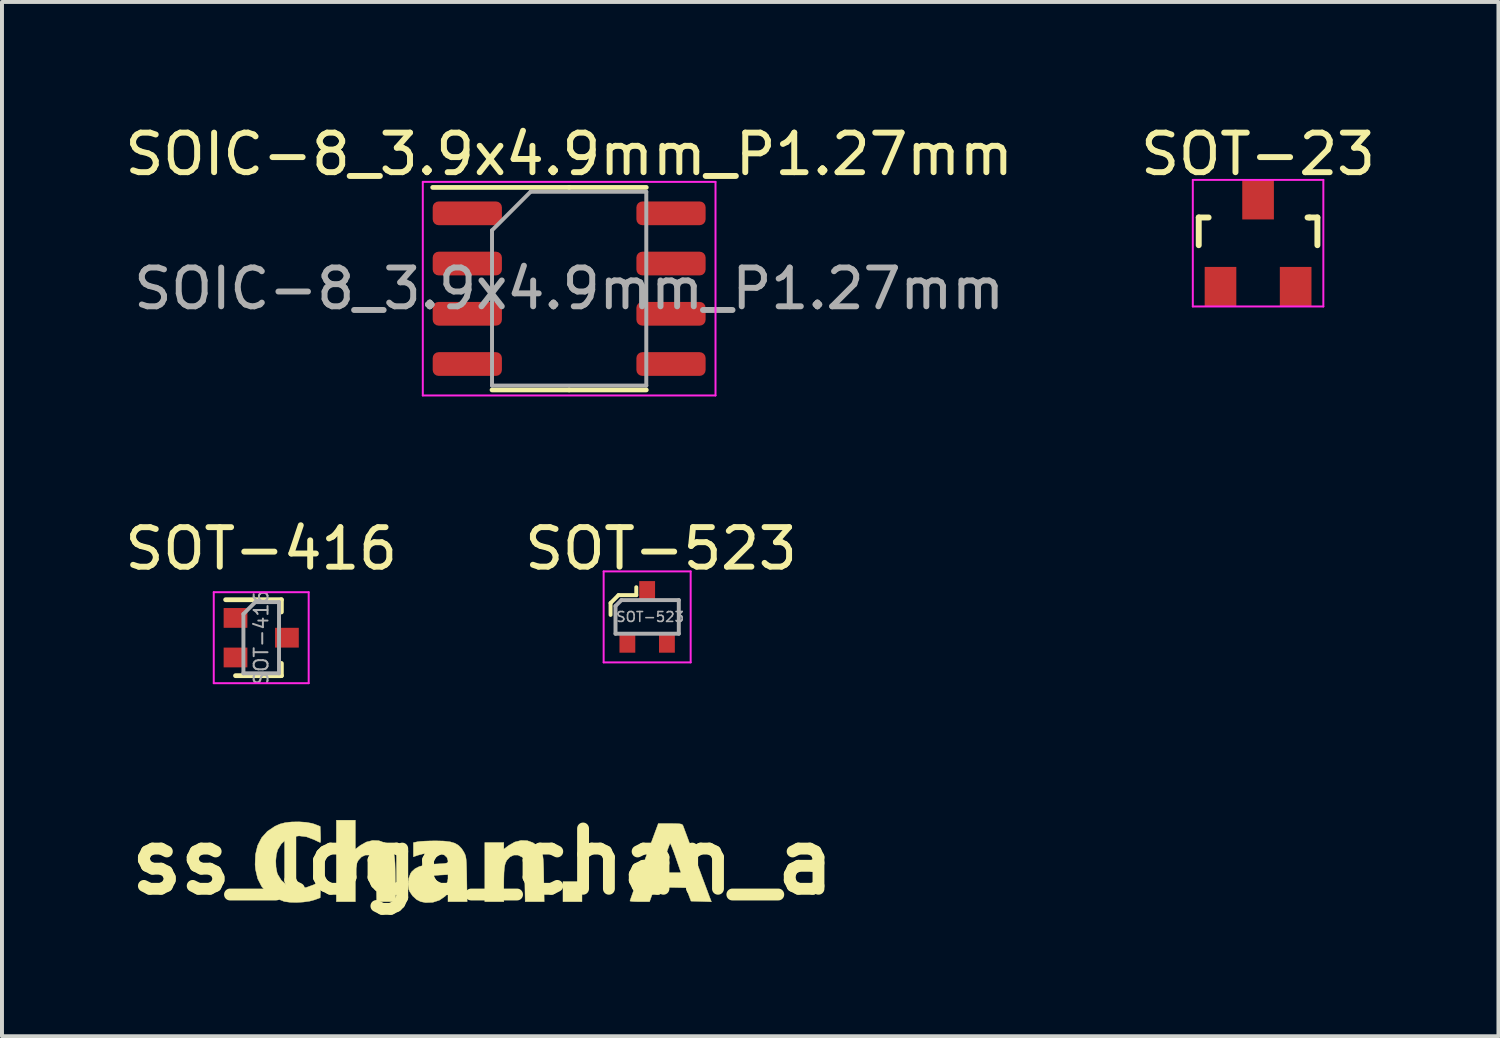
<source format=kicad_pcb>
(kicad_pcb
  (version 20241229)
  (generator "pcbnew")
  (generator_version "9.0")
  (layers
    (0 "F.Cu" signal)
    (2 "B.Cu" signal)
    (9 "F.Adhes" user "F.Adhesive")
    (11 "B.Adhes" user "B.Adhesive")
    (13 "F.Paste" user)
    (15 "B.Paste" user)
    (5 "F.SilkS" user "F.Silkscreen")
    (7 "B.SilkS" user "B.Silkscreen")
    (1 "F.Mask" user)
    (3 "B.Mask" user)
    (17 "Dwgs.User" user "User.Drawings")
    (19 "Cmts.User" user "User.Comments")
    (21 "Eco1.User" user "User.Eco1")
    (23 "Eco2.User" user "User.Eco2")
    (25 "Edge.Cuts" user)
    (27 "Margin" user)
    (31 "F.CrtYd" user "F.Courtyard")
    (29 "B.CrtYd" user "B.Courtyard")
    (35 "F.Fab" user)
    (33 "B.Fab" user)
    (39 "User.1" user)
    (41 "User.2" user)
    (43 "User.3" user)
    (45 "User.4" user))
  (footprint "SOT-523"
    (layer "F.Cu")
    (at 13.311 12.546)
    (property "Reference" "SOT-523" (at 0.35 -1.725 0) (layer "F.SilkS") (effects (font (size 1 1) (thickness 0.15))))
    (attr smd)
    (fp_line (start -0.925 -0.35) (end -0.725 -0.55) (stroke (width 0.1) (type solid)) (layer "F.SilkS"))
    (fp_line (start -0.925 -0.05) (end -0.925 -0.35) (stroke (width 0.1) (type solid)) (layer "F.SilkS"))
    (fp_line (start -0.725 -0.55) (end -0.275 -0.55) (stroke (width 0.1) (type solid)) (layer "F.SilkS"))
    (fp_line (start -0.275 -0.55) (end -0.275 -0.75) (stroke (width 0.1) (type solid)) (layer "F.SilkS"))
    (fp_line (start -1.1 -1.15) (end -1.1 1.15) (stroke (width 0.05) (type solid)) (layer "F.CrtYd"))
    (fp_line (start -1.1 -1.15) (end 1.1 -1.15) (stroke (width 0.05) (type solid)) (layer "F.CrtYd"))
    (fp_line (start -1.1 1.15) (end 1.1 1.15) (stroke (width 0.05) (type solid)) (layer "F.CrtYd"))
    (fp_line (start 1.1 -1.15) (end 1.1 1.15) (stroke (width 0.05) (type solid)) (layer "F.CrtYd"))
    (fp_line (start -0.8 -0.275) (end -0.8 0.425) (stroke (width 0.1) (type solid)) (layer "F.Fab"))
    (fp_line (start -0.65 -0.425) (end -0.8 -0.275) (stroke (width 0.1) (type solid)) (layer "F.Fab"))
    (fp_line (start 0.8 -0.425) (end -0.65 -0.425) (stroke (width 0.1) (type solid)) (layer "F.Fab"))
    (fp_line (start 0.8 -0.425) (end 0.8 0.425) (stroke (width 0.1) (type solid)) (layer "F.Fab"))
    (fp_line (start 0.8 0.425) (end -0.8 0.425) (stroke (width 0.1) (type solid)) (layer "F.Fab"))
    (fp_text user "${REFERENCE}" (at 0.075 0.00024 0) (layer "F.Fab") (effects (font (size 0.25 0.25) (thickness 0.04))))
    (pad "1" smd rect (at -0.5 0.65) (size 0.4 0.51) (layers "F.Cu" "F.Mask" "F.Paste"))
    (pad "2" smd rect (at 0.5 0.65) (size 0.4 0.51) (layers "F.Cu" "F.Mask" "F.Paste"))
    (pad "3" smd rect (at 0 -0.65) (size 0.4 0.51) (layers "F.Cu" "F.Mask" "F.Paste")))
  (footprint "ss_logo_chan_a"
    (layer "F.Cu")
    (at 9.151 18.73)
    (property "Reference" "ss_logo_chan_a" (at 0 0 0) (layer "F.SilkS") (effects (font (size 1.524 1.524) (thickness 0.3))))
    (attr through_hole)
    (fp_poly (pts (xy 2.512 1.016) (xy 2.032 1.016) (xy 2.032 0.508) (xy 2.512 0.508) (xy 2.512 1.016)) (stroke (width 0.01) (type solid)) (fill yes) (layer "F.SilkS"))
    (fp_poly (pts (xy -3.217 -0.311) (xy -3.09 -0.408) (xy -2.939 -0.493) (xy -2.78 -0.532) (xy -2.624 -0.526) (xy -2.479 -0.475) (xy -2.357 -0.383) (xy -2.28 -0.276) (xy -2.259 -0.232) (xy -2.242 -0.186) (xy -2.23 -0.13) (xy -2.222 -0.054) (xy -2.215 0.049) (xy -2.211 0.189) (xy -2.207 0.374) (xy -2.206 0.43) (xy -2.196 1.016) (xy -2.678 1.016) (xy -2.686 0.477) (xy -2.69 0.29) (xy -2.693 0.151) (xy -2.698 0.053) (xy -2.705 -0.014) (xy -2.716 -0.058) (xy -2.731 -0.086) (xy -2.752 -0.107) (xy -2.762 -0.115) (xy -2.86 -0.163) (xy -2.964 -0.162) (xy -3.063 -0.116) (xy -3.142 -0.03) (xy -3.172 0.028) (xy -3.191 0.09) (xy -3.204 0.172) (xy -3.212 0.284) (xy -3.217 0.435) (xy -3.217 0.579) (xy -3.217 1.016) (xy -3.697 1.016) (xy -3.697 -1.044) (xy -3.217 -1.044) (xy -3.217 -0.311)) (stroke (width 0.01) (type solid)) (fill yes) (layer "F.SilkS"))
    (fp_poly (pts (xy 1.13 -0.526) (xy 1.274 -0.475) (xy 1.396 -0.383) (xy 1.473 -0.276) (xy 1.495 -0.232) (xy 1.511 -0.186) (xy 1.523 -0.13) (xy 1.532 -0.054) (xy 1.538 0.049) (xy 1.543 0.189) (xy 1.546 0.374) (xy 1.547 0.43) (xy 1.557 1.016) (xy 1.076 1.016) (xy 1.067 0.477) (xy 1.064 0.29) (xy 1.06 0.151) (xy 1.055 0.053) (xy 1.048 -0.014) (xy 1.037 -0.058) (xy 1.022 -0.086) (xy 1.002 -0.107) (xy 0.992 -0.115) (xy 0.894 -0.163) (xy 0.789 -0.162) (xy 0.691 -0.116) (xy 0.611 -0.03) (xy 0.582 0.028) (xy 0.563 0.09) (xy 0.55 0.172) (xy 0.541 0.284) (xy 0.537 0.435) (xy 0.536 0.579) (xy 0.536 1.016) (xy 0.056 1.016) (xy 0.056 -0.48) (xy 0.536 -0.48) (xy 0.536 -0.311) (xy 0.663 -0.408) (xy 0.814 -0.493) (xy 0.973 -0.532) (xy 1.13 -0.526)) (stroke (width 0.01) (type solid)) (fill yes) (layer "F.SilkS"))
    (fp_poly (pts (xy -4.465 -0.991) (xy -4.312 -0.964) (xy -4.247 -0.943) (xy -4.106 -0.887) (xy -4.098 -0.684) (xy -4.096 -0.585) (xy -4.097 -0.512) (xy -4.102 -0.48) (xy -4.103 -0.48) (xy -4.133 -0.491) (xy -4.198 -0.522) (xy -4.262 -0.553) (xy -4.453 -0.625) (xy -4.639 -0.648) (xy -4.812 -0.624) (xy -4.965 -0.557) (xy -5.09 -0.446) (xy -5.181 -0.296) (xy -5.215 -0.172) (xy -5.229 -0.019) (xy -5.223 0.14) (xy -5.197 0.279) (xy -5.181 0.325) (xy -5.09 0.474) (xy -4.964 0.584) (xy -4.811 0.652) (xy -4.639 0.677) (xy -4.455 0.656) (xy -4.267 0.587) (xy -4.256 0.581) (xy -4.177 0.541) (xy -4.12 0.515) (xy -4.102 0.508) (xy -4.097 0.534) (xy -4.096 0.602) (xy -4.098 0.698) (xy -4.098 0.712) (xy -4.106 0.916) (xy -4.247 0.969) (xy -4.374 1.003) (xy -4.534 1.025) (xy -4.705 1.035) (xy -4.868 1.031) (xy -5.001 1.013) (xy -5.024 1.007) (xy -5.256 0.916) (xy -5.443 0.791) (xy -5.587 0.63) (xy -5.686 0.435) (xy -5.741 0.203) (xy -5.752 0.082) (xy -5.742 -0.179) (xy -5.687 -0.407) (xy -5.586 -0.602) (xy -5.44 -0.764) (xy -5.249 -0.892) (xy -5.122 -0.948) (xy -4.99 -0.982) (xy -4.823 -1) (xy -4.642 -1.003) (xy -4.465 -0.991)) (stroke (width 0.01) (type solid)) (fill yes) (layer "F.SilkS"))
    (fp_poly (pts (xy 4.88 -0.958) (xy 4.97 -0.954) (xy 5.025 -0.945) (xy 5.053 -0.929) (xy 5.065 -0.91) (xy 5.08 -0.872) (xy 5.111 -0.788) (xy 5.157 -0.665) (xy 5.215 -0.509) (xy 5.283 -0.326) (xy 5.358 -0.124) (xy 5.404 0) (xy 5.483 0.212) (xy 5.556 0.41) (xy 5.622 0.586) (xy 5.678 0.735) (xy 5.72 0.849) (xy 5.747 0.92) (xy 5.754 0.939) (xy 5.785 1.018) (xy 5.527 1.01) (xy 5.269 1.002) (xy 5.206 0.833) (xy 5.143 0.663) (xy 4.747 0.655) (xy 4.352 0.648) (xy 4.286 0.832) (xy 4.22 1.016) (xy 3.973 1.016) (xy 3.862 1.014) (xy 3.777 1.009) (xy 3.731 1.001) (xy 3.725 0.997) (xy 3.735 0.967) (xy 3.762 0.89) (xy 3.804 0.772) (xy 3.859 0.619) (xy 3.926 0.438) (xy 3.989 0.264) (xy 4.487 0.264) (xy 4.513 0.272) (xy 4.584 0.278) (xy 4.686 0.282) (xy 4.751 0.282) (xy 5.015 0.282) (xy 4.885 -0.097) (xy 4.838 -0.231) (xy 4.796 -0.341) (xy 4.763 -0.419) (xy 4.743 -0.456) (xy 4.739 -0.457) (xy 4.724 -0.425) (xy 4.696 -0.352) (xy 4.659 -0.25) (xy 4.617 -0.132) (xy 4.575 -0.01) (xy 4.537 0.102) (xy 4.507 0.194) (xy 4.49 0.251) (xy 4.487 0.264) (xy 3.989 0.264) (xy 4.001 0.234) (xy 4.082 0.012) (xy 4.083 0.009) (xy 4.442 -0.96) (xy 4.744 -0.96) (xy 4.88 -0.958)) (stroke (width 0.01) (type solid)) (fill yes) (layer "F.SilkS"))
    (fp_poly (pts (xy -0.981 -0.517) (xy -0.823 -0.498) (xy -0.702 -0.463) (xy -0.608 -0.407) (xy -0.532 -0.328) (xy -0.486 -0.258) (xy -0.46 -0.212) (xy -0.441 -0.17) (xy -0.427 -0.121) (xy -0.417 -0.059) (xy -0.41 0.028) (xy -0.406 0.146) (xy -0.402 0.306) (xy -0.4 0.445) (xy -0.391 1.016) (xy -0.875 1.016) (xy -0.875 0.808) (xy -0.953 0.882) (xy -1.093 0.979) (xy -1.259 1.032) (xy -1.44 1.039) (xy -1.567 1.014) (xy -1.672 0.96) (xy -1.77 0.869) (xy -1.844 0.76) (xy -1.866 0.705) (xy -1.885 0.569) (xy -1.879 0.512) (xy -1.405 0.512) (xy -1.397 0.6) (xy -1.334 0.678) (xy -1.333 0.678) (xy -1.233 0.725) (xy -1.121 0.723) (xy -1.013 0.675) (xy -0.953 0.622) (xy -0.89 0.522) (xy -0.875 0.434) (xy -0.875 0.332) (xy -1.09 0.343) (xy -1.204 0.352) (xy -1.278 0.365) (xy -1.325 0.387) (xy -1.358 0.42) (xy -1.405 0.512) (xy -1.879 0.512) (xy -1.869 0.428) (xy -1.822 0.303) (xy -1.791 0.257) (xy -1.708 0.182) (xy -1.6 0.127) (xy -1.457 0.09) (xy -1.272 0.068) (xy -1.178 0.063) (xy -1.045 0.056) (xy -0.957 0.049) (xy -0.907 0.039) (xy -0.883 0.024) (xy -0.875 -0.000039) (xy -0.875 -0.018) (xy -0.901 -0.102) (xy -0.973 -0.17) (xy -1.079 -0.212) (xy -1.088 -0.214) (xy -1.209 -0.223) (xy -1.358 -0.215) (xy -1.511 -0.192) (xy -1.635 -0.159) (xy -1.75 -0.119) (xy -1.75 -0.477) (xy -1.644 -0.5) (xy -1.574 -0.508) (xy -1.464 -0.515) (xy -1.327 -0.52) (xy -1.185 -0.522) (xy -0.981 -0.517)) (stroke (width 0.01) (type solid)) (fill yes) (layer "F.SilkS")))
  (footprint "SOT-23"
    (layer "F.Cu")
    (at 28.756 3.098)
    (property "Reference" "SOT-23" (at 0 -2.25 0) (layer "F.SilkS") (effects (font (size 1 1) (thickness 0.15))))
    (attr smd)
    (fp_line (start -1.5 -0.65) (end -1.251 -0.65) (stroke (width 0.15) (type solid)) (layer "F.SilkS"))
    (fp_line (start -1.5 0.051) (end -1.5 -0.65) (stroke (width 0.15) (type solid)) (layer "F.SilkS"))
    (fp_line (start 1.299 -0.65) (end 1.251 -0.65) (stroke (width 0.15) (type solid)) (layer "F.SilkS"))
    (fp_line (start 1.299 -0.65) (end 1.5 -0.65) (stroke (width 0.15) (type solid)) (layer "F.SilkS"))
    (fp_line (start 1.5 -0.65) (end 1.5 0.051) (stroke (width 0.15) (type solid)) (layer "F.SilkS"))
    (fp_line (start -1.65 -1.6) (end 1.65 -1.6) (stroke (width 0.05) (type solid)) (layer "F.CrtYd"))
    (fp_line (start -1.65 1.6) (end -1.65 -1.6) (stroke (width 0.05) (type solid)) (layer "F.CrtYd"))
    (fp_line (start 1.65 -1.6) (end 1.65 1.6) (stroke (width 0.05) (type solid)) (layer "F.CrtYd"))
    (fp_line (start 1.65 1.6) (end -1.65 1.6) (stroke (width 0.05) (type solid)) (layer "F.CrtYd"))
    (pad "1" smd rect (at -0.95 1.1) (size 0.8 1) (layers "F.Cu" "F.Mask" "F.Paste"))
    (pad "2" smd rect (at 0.95 1.1) (size 0.8 1) (layers "F.Cu" "F.Mask" "F.Paste"))
    (pad "3" smd rect (at 0 -1.1) (size 0.8 1) (layers "F.Cu" "F.Mask" "F.Paste")))
  (footprint "SOIC-8_3.9x4.9mm_P1.27mm"
    (layer "F.Cu")
    (at 11.339 4.248)
    (property "Reference" "SOIC-8_3.9x4.9mm_P1.27mm" (at 0 -3.4 0) (layer "F.SilkS") (effects (font (size 1 1) (thickness 0.15))))
    (attr smd)
    (fp_line (start 0 -2.56) (end -3.45 -2.56) (stroke (width 0.12) (type solid)) (layer "F.SilkS"))
    (fp_line (start 0 -2.56) (end 1.95 -2.56) (stroke (width 0.12) (type solid)) (layer "F.SilkS"))
    (fp_line (start 0 2.56) (end -1.95 2.56) (stroke (width 0.12) (type solid)) (layer "F.SilkS"))
    (fp_line (start 0 2.56) (end 1.95 2.56) (stroke (width 0.12) (type solid)) (layer "F.SilkS"))
    (fp_line (start -3.7 -2.7) (end -3.7 2.7) (stroke (width 0.05) (type solid)) (layer "F.CrtYd"))
    (fp_line (start -3.7 2.7) (end 3.7 2.7) (stroke (width 0.05) (type solid)) (layer "F.CrtYd"))
    (fp_line (start 3.7 -2.7) (end -3.7 -2.7) (stroke (width 0.05) (type solid)) (layer "F.CrtYd"))
    (fp_line (start 3.7 2.7) (end 3.7 -2.7) (stroke (width 0.05) (type solid)) (layer "F.CrtYd"))
    (fp_line (start -1.95 -1.475) (end -0.975 -2.45) (stroke (width 0.1) (type solid)) (layer "F.Fab"))
    (fp_line (start -1.95 2.45) (end -1.95 -1.475) (stroke (width 0.1) (type solid)) (layer "F.Fab"))
    (fp_line (start -0.975 -2.45) (end 1.95 -2.45) (stroke (width 0.1) (type solid)) (layer "F.Fab"))
    (fp_line (start 1.95 -2.45) (end 1.95 2.45) (stroke (width 0.1) (type solid)) (layer "F.Fab"))
    (fp_line (start 1.95 2.45) (end -1.95 2.45) (stroke (width 0.1) (type solid)) (layer "F.Fab"))
    (fp_text user "${REFERENCE}" (at 0 0 0) (layer "F.Fab") (effects (font (size 0.98 0.98) (thickness 0.15))))
    (pad "1" smd roundrect (at -2.575 -1.905) (size 1.75 0.6) (layers "F.Cu" "F.Mask" "F.Paste") (roundrect_rratio 0.25))
    (pad "2" smd roundrect (at -2.575 -0.635) (size 1.75 0.6) (layers "F.Cu" "F.Mask" "F.Paste") (roundrect_rratio 0.25))
    (pad "3" smd roundrect (at -2.575 0.635) (size 1.75 0.6) (layers "F.Cu" "F.Mask" "F.Paste") (roundrect_rratio 0.25))
    (pad "4" smd roundrect (at -2.575 1.905) (size 1.75 0.6) (layers "F.Cu" "F.Mask" "F.Paste") (roundrect_rratio 0.25))
    (pad "5" smd roundrect (at 2.575 1.905) (size 1.75 0.6) (layers "F.Cu" "F.Mask" "F.Paste") (roundrect_rratio 0.25))
    (pad "6" smd roundrect (at 2.575 0.635) (size 1.75 0.6) (layers "F.Cu" "F.Mask" "F.Paste") (roundrect_rratio 0.25))
    (pad "7" smd roundrect (at 2.575 -0.635) (size 1.75 0.6) (layers "F.Cu" "F.Mask" "F.Paste") (roundrect_rratio 0.25))
    (pad "8" smd roundrect (at 2.575 -1.905) (size 1.75 0.6) (layers "F.Cu" "F.Mask" "F.Paste") (roundrect_rratio 0.25)))
  (footprint "SOT-416"
    (layer "F.Cu")
    (at 3.554 13.072)
    (property "Reference" "SOT-416" (at 0 -2.25 0) (layer "F.SilkS") (effects (font (size 1 1) (thickness 0.15))))
    (attr smd)
    (fp_line (start 0.51 -0.96) (end -0.9 -0.96) (stroke (width 0.12) (type solid)) (layer "F.SilkS"))
    (fp_line (start 0.51 -0.96) (end 0.51 -0.65) (stroke (width 0.12) (type solid)) (layer "F.SilkS"))
    (fp_line (start 0.51 0.96) (end -0.65 0.96) (stroke (width 0.12) (type solid)) (layer "F.SilkS"))
    (fp_line (start 0.51 0.96) (end 0.51 0.65) (stroke (width 0.12) (type solid)) (layer "F.SilkS"))
    (fp_line (start -1.2 -1.15) (end 1.2 -1.15) (stroke (width 0.05) (type solid)) (layer "F.CrtYd"))
    (fp_line (start -1.2 1.15) (end -1.2 -1.15) (stroke (width 0.05) (type solid)) (layer "F.CrtYd"))
    (fp_line (start 1.2 -1.15) (end 1.2 1.15) (stroke (width 0.05) (type solid)) (layer "F.CrtYd"))
    (fp_line (start 1.2 1.15) (end -1.2 1.15) (stroke (width 0.05) (type solid)) (layer "F.CrtYd"))
    (fp_line (start -0.45 -0.6) (end -0.45 0.9) (stroke (width 0.1) (type solid)) (layer "F.Fab"))
    (fp_line (start -0.45 0.9) (end 0.45 0.9) (stroke (width 0.1) (type solid)) (layer "F.Fab"))
    (fp_line (start -0.15 -0.9) (end -0.45 -0.6) (stroke (width 0.1) (type solid)) (layer "F.Fab"))
    (fp_line (start -0.15 -0.9) (end 0.45 -0.9) (stroke (width 0.1) (type solid)) (layer "F.Fab"))
    (fp_line (start 0.45 -0.9) (end 0.45 0.9) (stroke (width 0.1) (type solid)) (layer "F.Fab"))
    (fp_text user "${REFERENCE}" (at 0 0 90) (layer "F.Fab") (effects (font (size 0.35 0.35) (thickness 0.05))))
    (pad "1" smd rect (at -0.65 -0.5) (size 0.6 0.5) (layers "F.Cu" "F.Mask" "F.Paste"))
    (pad "2" smd rect (at -0.65 0.5) (size 0.6 0.5) (layers "F.Cu" "F.Mask" "F.Paste"))
    (pad "3" smd rect (at 0.65 0) (size 0.6 0.5) (layers "F.Cu" "F.Mask" "F.Paste")))
  (gr_rect
    (start -3 -3)
    (end 34.833 23.148)
    (stroke (width 0.1) (type default))
    (fill no)
    (layer "Edge.Cuts")))
</source>
